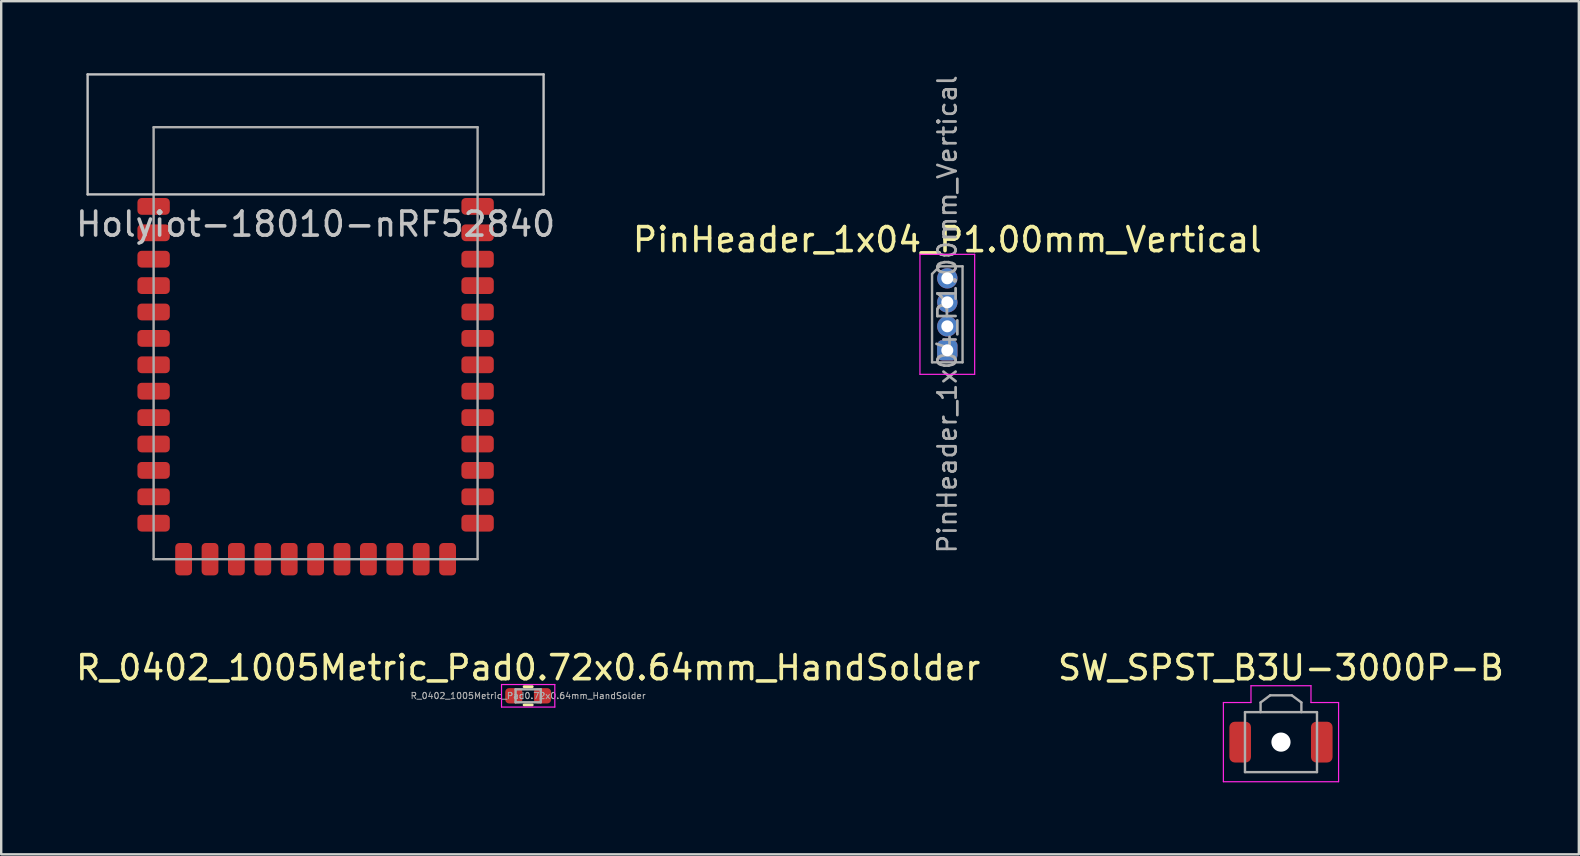
<source format=kicad_pcb>
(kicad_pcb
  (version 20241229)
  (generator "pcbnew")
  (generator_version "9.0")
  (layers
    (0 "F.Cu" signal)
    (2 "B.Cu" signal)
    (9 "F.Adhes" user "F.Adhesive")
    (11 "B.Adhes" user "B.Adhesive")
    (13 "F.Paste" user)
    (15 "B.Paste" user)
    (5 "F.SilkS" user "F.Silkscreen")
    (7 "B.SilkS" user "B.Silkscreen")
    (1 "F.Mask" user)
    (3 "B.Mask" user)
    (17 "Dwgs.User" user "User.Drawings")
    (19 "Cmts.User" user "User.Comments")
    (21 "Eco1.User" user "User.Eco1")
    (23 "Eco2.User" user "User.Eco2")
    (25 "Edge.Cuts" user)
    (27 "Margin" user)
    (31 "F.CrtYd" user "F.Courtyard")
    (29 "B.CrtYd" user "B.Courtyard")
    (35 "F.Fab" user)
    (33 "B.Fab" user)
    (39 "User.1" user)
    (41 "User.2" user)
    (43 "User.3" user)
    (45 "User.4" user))
  (footprint "R_0402_1005Metric_Pad0.72x0.64mm_HandSolder"
    (layer "F.Cu")
    (at 18.958 25.943)
    (property "Reference" "R_0402_1005Metric_Pad0.72x0.64mm_HandSolder" (at 0 -1.17 0) (layer "F.SilkS") (effects (font (size 1 1) (thickness 0.15))))
    (attr smd)
    (fp_line (start -0.168 -0.38) (end 0.168 -0.38) (stroke (width 0.12) (type solid)) (layer "F.SilkS"))
    (fp_line (start -0.168 0.38) (end 0.168 0.38) (stroke (width 0.12) (type solid)) (layer "F.SilkS"))
    (fp_line (start -1.11 -0.47) (end 1.11 -0.47) (stroke (width 0.05) (type solid)) (layer "F.CrtYd"))
    (fp_line (start -1.11 0.47) (end -1.11 -0.47) (stroke (width 0.05) (type solid)) (layer "F.CrtYd"))
    (fp_line (start 1.11 -0.47) (end 1.11 0.47) (stroke (width 0.05) (type solid)) (layer "F.CrtYd"))
    (fp_line (start 1.11 0.47) (end -1.11 0.47) (stroke (width 0.05) (type solid)) (layer "F.CrtYd"))
    (fp_line (start -0.525 -0.27) (end 0.525 -0.27) (stroke (width 0.1) (type solid)) (layer "F.Fab"))
    (fp_line (start -0.525 0.27) (end -0.525 -0.27) (stroke (width 0.1) (type solid)) (layer "F.Fab"))
    (fp_line (start 0.525 -0.27) (end 0.525 0.27) (stroke (width 0.1) (type solid)) (layer "F.Fab"))
    (fp_line (start 0.525 0.27) (end -0.525 0.27) (stroke (width 0.1) (type solid)) (layer "F.Fab"))
    (fp_text user "${REFERENCE}" (at 0 0 0) (layer "F.Fab") (effects (font (size 0.26 0.26) (thickness 0.04))))
    (pad "1" smd roundrect (at -0.598 0) (size 0.715 0.64) (layers "F.Cu" "F.Mask" "F.Paste") (roundrect_rratio 0.25))
    (pad "2" smd roundrect (at 0.598 0) (size 0.715 0.64) (layers "F.Cu" "F.Mask" "F.Paste") (roundrect_rratio 0.25)))
  (footprint "Holyiot-18010-nRF52840"
    (layer "F.Cu")
    (at 10.101 11.25)
    (property "Reference" "Holyiot-18010-nRF52840" (at 0 -4.961 180) (layer "Dwgs.User") (effects (font (size 1 1) (thickness 0.15))))
    (attr through_hole)
    (fp_line (start -9.5 -11.2) (end 9.5 -11.2) (stroke (width 0.1) (type solid)) (layer "Dwgs.User"))
    (fp_line (start -9.5 -6.2) (end -9.5 -11.2) (stroke (width 0.1) (type solid)) (layer "Dwgs.User"))
    (fp_line (start 9.5 -11.2) (end 9.5 -6.2) (stroke (width 0.1) (type solid)) (layer "Dwgs.User"))
    (fp_line (start 9.5 -6.2) (end -9.5 -6.2) (stroke (width 0.1) (type solid)) (layer "Dwgs.User"))
    (fp_line (start -6.75 -9) (end 6.75 -9) (stroke (width 0.1) (type solid)) (layer "F.Fab"))
    (fp_line (start -6.75 9) (end -6.75 -9) (stroke (width 0.1) (type solid)) (layer "F.Fab"))
    (fp_line (start 6.75 -9) (end 6.75 9) (stroke (width 0.1) (type solid)) (layer "F.Fab"))
    (fp_line (start 6.75 9) (end -6.75 9) (stroke (width 0.1) (type solid)) (layer "F.Fab"))
    (pad "1" smd roundrect (at -6.75 -5.7) (size 1.35 0.7) (layers "F.Cu" "F.Mask" "F.Paste") (roundrect_rratio 0.25))
    (pad "2" smd roundrect (at -6.75 -4.6) (size 1.35 0.7) (layers "F.Cu" "F.Mask" "F.Paste") (roundrect_rratio 0.25))
    (pad "3" smd roundrect (at -6.75 -3.5) (size 1.35 0.7) (layers "F.Cu" "F.Mask" "F.Paste") (roundrect_rratio 0.25))
    (pad "4" smd roundrect (at -6.75 -2.4) (size 1.35 0.7) (layers "F.Cu" "F.Mask" "F.Paste") (roundrect_rratio 0.25))
    (pad "5" smd roundrect (at -6.75 -1.3) (size 1.35 0.7) (layers "F.Cu" "F.Mask" "F.Paste") (roundrect_rratio 0.25))
    (pad "6" smd roundrect (at -6.75 -0.2) (size 1.35 0.7) (layers "F.Cu" "F.Mask" "F.Paste") (roundrect_rratio 0.25))
    (pad "7" smd roundrect (at -6.75 0.9) (size 1.35 0.7) (layers "F.Cu" "F.Mask" "F.Paste") (roundrect_rratio 0.25))
    (pad "8" smd roundrect (at -6.75 2) (size 1.35 0.7) (layers "F.Cu" "F.Mask" "F.Paste") (roundrect_rratio 0.25))
    (pad "9" smd roundrect (at -6.75 3.1) (size 1.35 0.7) (layers "F.Cu" "F.Mask" "F.Paste") (roundrect_rratio 0.25))
    (pad "10" smd roundrect (at -6.75 4.2) (size 1.35 0.7) (layers "F.Cu" "F.Mask" "F.Paste") (roundrect_rratio 0.25))
    (pad "11" smd roundrect (at -6.75 5.3) (size 1.35 0.7) (layers "F.Cu" "F.Mask" "F.Paste") (roundrect_rratio 0.25))
    (pad "12" smd roundrect (at -6.75 6.4) (size 1.35 0.7) (layers "F.Cu" "F.Mask" "F.Paste") (roundrect_rratio 0.25))
    (pad "13" smd roundrect (at -6.75 7.5) (size 1.35 0.7) (layers "F.Cu" "F.Mask" "F.Paste") (roundrect_rratio 0.25))
    (pad "14" smd roundrect (at -5.5 9 90) (size 1.35 0.7) (layers "F.Cu" "F.Mask" "F.Paste") (roundrect_rratio 0.25))
    (pad "15" smd roundrect (at -4.4 9 90) (size 1.35 0.7) (layers "F.Cu" "F.Mask" "F.Paste") (roundrect_rratio 0.25))
    (pad "16" smd roundrect (at -3.3 9 90) (size 1.35 0.7) (layers "F.Cu" "F.Mask" "F.Paste") (roundrect_rratio 0.25))
    (pad "17" smd roundrect (at -2.2 9 90) (size 1.35 0.7) (layers "F.Cu" "F.Mask" "F.Paste") (roundrect_rratio 0.25))
    (pad "18" smd roundrect (at -1.1 9 90) (size 1.35 0.7) (layers "F.Cu" "F.Mask" "F.Paste") (roundrect_rratio 0.25))
    (pad "19" smd roundrect (at 0 9 90) (size 1.35 0.7) (layers "F.Cu" "F.Mask" "F.Paste") (roundrect_rratio 0.25))
    (pad "20" smd roundrect (at 1.1 9 90) (size 1.35 0.7) (layers "F.Cu" "F.Mask" "F.Paste") (roundrect_rratio 0.25))
    (pad "21" smd roundrect (at 2.2 9 90) (size 1.35 0.7) (layers "F.Cu" "F.Mask" "F.Paste") (roundrect_rratio 0.25))
    (pad "22" smd roundrect (at 3.3 9 90) (size 1.35 0.7) (layers "F.Cu" "F.Mask" "F.Paste") (roundrect_rratio 0.25))
    (pad "23" smd roundrect (at 4.4 9 90) (size 1.35 0.7) (layers "F.Cu" "F.Mask" "F.Paste") (roundrect_rratio 0.25))
    (pad "24" smd roundrect (at 5.5 9 90) (size 1.35 0.7) (layers "F.Cu" "F.Mask" "F.Paste") (roundrect_rratio 0.25))
    (pad "25" smd roundrect (at 6.75 7.5 180) (size 1.35 0.7) (layers "F.Cu" "F.Mask" "F.Paste") (roundrect_rratio 0.25))
    (pad "26" smd roundrect (at 6.75 6.4 180) (size 1.35 0.7) (layers "F.Cu" "F.Mask" "F.Paste") (roundrect_rratio 0.25))
    (pad "27" smd roundrect (at 6.75 5.3 180) (size 1.35 0.7) (layers "F.Cu" "F.Mask" "F.Paste") (roundrect_rratio 0.25))
    (pad "28" smd roundrect (at 6.75 4.2 180) (size 1.35 0.7) (layers "F.Cu" "F.Mask" "F.Paste") (roundrect_rratio 0.25))
    (pad "29" smd roundrect (at 6.75 3.1 180) (size 1.35 0.7) (layers "F.Cu" "F.Mask" "F.Paste") (roundrect_rratio 0.25))
    (pad "30" smd roundrect (at 6.75 2 180) (size 1.35 0.7) (layers "F.Cu" "F.Mask" "F.Paste") (roundrect_rratio 0.25))
    (pad "31" smd roundrect (at 6.75 0.9 180) (size 1.35 0.7) (layers "F.Cu" "F.Mask" "F.Paste") (roundrect_rratio 0.25))
    (pad "32" smd roundrect (at 6.75 -0.2 180) (size 1.35 0.7) (layers "F.Cu" "F.Mask" "F.Paste") (roundrect_rratio 0.25))
    (pad "33" smd roundrect (at 6.75 -1.3 180) (size 1.35 0.7) (layers "F.Cu" "F.Mask" "F.Paste") (roundrect_rratio 0.25))
    (pad "34" smd roundrect (at 6.75 -2.4 180) (size 1.35 0.7) (layers "F.Cu" "F.Mask" "F.Paste") (roundrect_rratio 0.25))
    (pad "35" smd roundrect (at 6.75 -3.5 180) (size 1.35 0.7) (layers "F.Cu" "F.Mask" "F.Paste") (roundrect_rratio 0.25))
    (pad "36" smd roundrect (at 6.75 -4.6 180) (size 1.35 0.7) (layers "F.Cu" "F.Mask" "F.Paste") (roundrect_rratio 0.25))
    (pad "37" smd roundrect (at 6.75 -5.7 180) (size 1.35 0.7) (layers "F.Cu" "F.Mask" "F.Paste") (roundrect_rratio 0.25)))
  (footprint "PinHeader_1x04_P1.00mm_Vertical"
    (layer "F.Cu")
    (at 36.423 8.547)
    (property "Reference" "PinHeader_1x04_P1.00mm_Vertical" (at 0 -1.61 0) (layer "F.SilkS") (effects (font (size 1 1) (thickness 0.15))))
    (attr through_hole)
    (fp_line (start -1.14 -1) (end -1.14 4) (stroke (width 0.05) (type solid)) (layer "F.CrtYd"))
    (fp_line (start -1.14 4) (end 1.14 4) (stroke (width 0.05) (type solid)) (layer "F.CrtYd"))
    (fp_line (start 1.14 -1) (end -1.14 -1) (stroke (width 0.05) (type solid)) (layer "F.CrtYd"))
    (fp_line (start 1.14 4) (end 1.14 -1) (stroke (width 0.05) (type solid)) (layer "F.CrtYd"))
    (fp_line (start -0.635 -0.182) (end -0.318 -0.5) (stroke (width 0.1) (type solid)) (layer "F.Fab"))
    (fp_line (start -0.635 3.5) (end -0.635 -0.182) (stroke (width 0.1) (type solid)) (layer "F.Fab"))
    (fp_line (start -0.318 -0.5) (end 0.635 -0.5) (stroke (width 0.1) (type solid)) (layer "F.Fab"))
    (fp_line (start 0.635 -0.5) (end 0.635 3.5) (stroke (width 0.1) (type solid)) (layer "F.Fab"))
    (fp_line (start 0.635 3.5) (end -0.635 3.5) (stroke (width 0.1) (type solid)) (layer "F.Fab"))
    (fp_text user "${REFERENCE}" (at 0 1.5 90) (layer "F.Fab") (effects (font (size 0.76 0.76) (thickness 0.114))))
    (pad "1" thru_hole oval (at 0 0) (size 0.85 0.85) (drill 0.5) (layers "*.Cu" "*.Mask"))
    (pad "2" thru_hole circle (at 0 1) (size 0.85 0.85) (drill 0.5) (layers "*.Cu" "*.Mask"))
    (pad "3" thru_hole circle (at 0 2) (size 0.85 0.85) (drill 0.5) (layers "*.Cu" "*.Mask"))
    (pad "4" thru_hole roundrect (at 0 3) (size 0.85 0.85) (drill 0.5) (layers "*.Cu" "*.Mask") (roundrect_rratio 0.25)))
  (footprint "SW_SPST_B3U-3000P-B"
    (layer "F.Cu")
    (at 50.327 27.873)
    (property "Reference" "SW_SPST_B3U-3000P-B" (at 0 -3.1 0) (layer "F.SilkS") (effects (font (size 1 1) (thickness 0.15))))
    (attr smd)
    (fp_line (start -2.4 -1.65) (end -2.4 1.65) (stroke (width 0.05) (type solid)) (layer "F.CrtYd"))
    (fp_line (start -2.4 1.65) (end 2.4 1.65) (stroke (width 0.05) (type solid)) (layer "F.CrtYd"))
    (fp_line (start -1.25 -2.35) (end 1.25 -2.35) (stroke (width 0.05) (type solid)) (layer "F.CrtYd"))
    (fp_line (start -1.25 -1.65) (end -2.4 -1.65) (stroke (width 0.05) (type solid)) (layer "F.CrtYd"))
    (fp_line (start -1.25 -1.65) (end -1.25 -2.35) (stroke (width 0.05) (type solid)) (layer "F.CrtYd"))
    (fp_line (start 1.25 -2.35) (end 1.25 -1.65) (stroke (width 0.05) (type solid)) (layer "F.CrtYd"))
    (fp_line (start 1.25 -1.65) (end 2.4 -1.65) (stroke (width 0.05) (type solid)) (layer "F.CrtYd"))
    (fp_line (start 2.4 1.65) (end 2.4 -1.65) (stroke (width 0.05) (type solid)) (layer "F.CrtYd"))
    (fp_line (start -1.5 -1.25) (end 1.5 -1.25) (stroke (width 0.1) (type solid)) (layer "F.Fab"))
    (fp_line (start -1.5 1.25) (end -1.5 -1.25) (stroke (width 0.1) (type solid)) (layer "F.Fab"))
    (fp_line (start -0.85 -1.65) (end -0.45 -1.95) (stroke (width 0.1) (type solid)) (layer "F.Fab"))
    (fp_line (start -0.85 -1.25) (end -0.85 -1.65) (stroke (width 0.1) (type solid)) (layer "F.Fab"))
    (fp_line (start -0.45 -1.95) (end 0.45 -1.95) (stroke (width 0.1) (type solid)) (layer "F.Fab"))
    (fp_line (start 0.45 -1.95) (end 0.85 -1.65) (stroke (width 0.1) (type solid)) (layer "F.Fab"))
    (fp_line (start 0.85 -1.65) (end 0.85 -1.25) (stroke (width 0.1) (type solid)) (layer "F.Fab"))
    (fp_line (start 1.5 -1.25) (end 1.5 1.25) (stroke (width 0.1) (type solid)) (layer "F.Fab"))
    (fp_line (start 1.5 1.25) (end -1.5 1.25) (stroke (width 0.1) (type solid)) (layer "F.Fab"))
    (pad "" np_thru_hole circle (at 0 0) (size 0.8 0.8) (drill 0.8) (layers "*.Cu" "*.Mask"))
    (pad "1" smd roundrect (at -1.7 0) (size 0.9 1.7) (layers "F.Cu" "F.Mask" "F.Paste") (roundrect_rratio 0.25))
    (pad "2" smd roundrect (at 1.7 0) (size 0.9 1.7) (layers "F.Cu" "F.Mask" "F.Paste") (roundrect_rratio 0.25)))
  (gr_rect
    (start -3 -3)
    (end 62.738 32.548)
    (stroke (width 0.1) (type default))
    (fill no)
    (layer "Edge.Cuts")))
</source>
